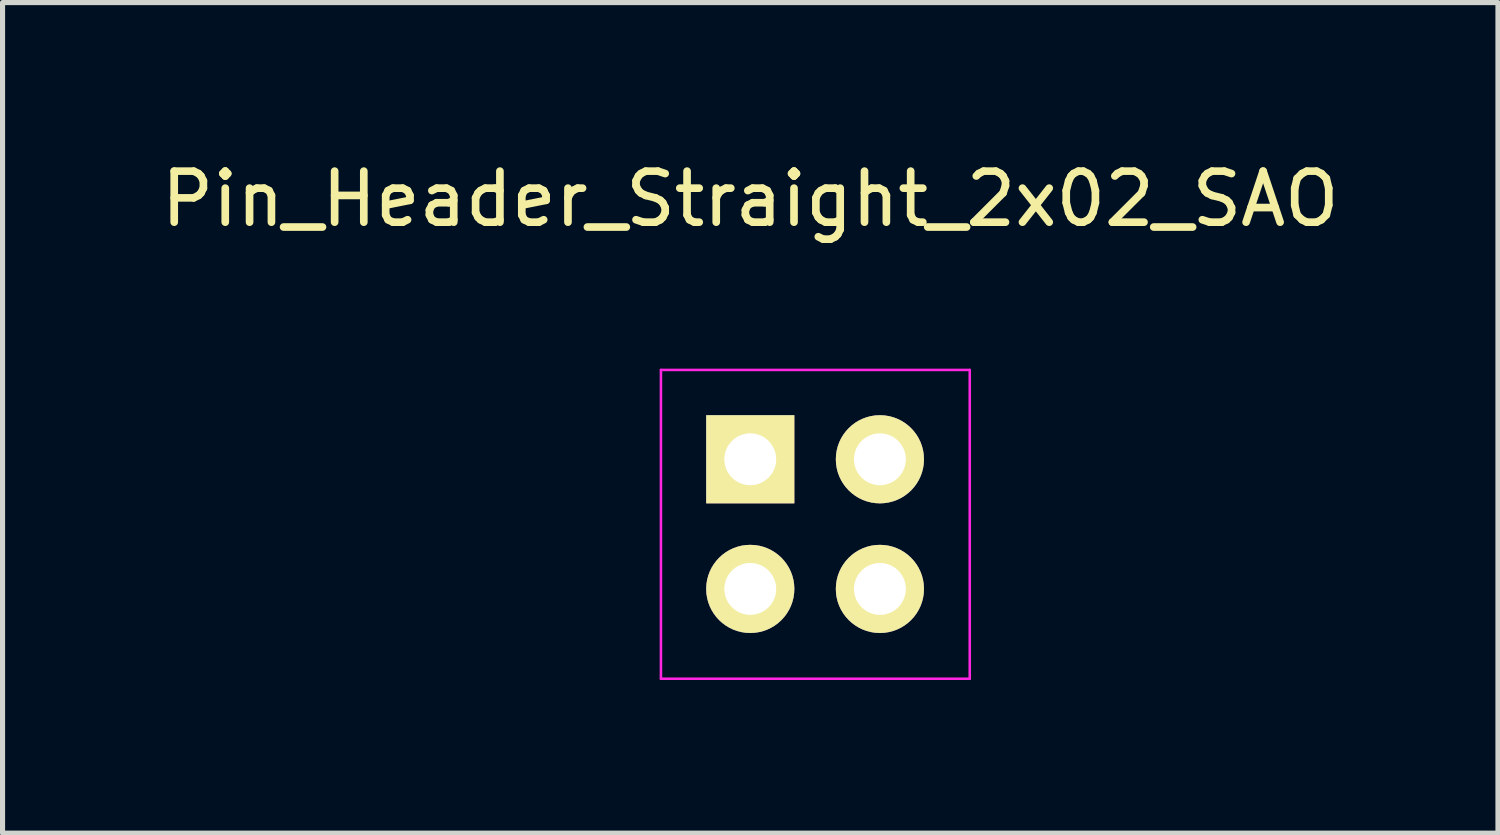
<source format=kicad_pcb>
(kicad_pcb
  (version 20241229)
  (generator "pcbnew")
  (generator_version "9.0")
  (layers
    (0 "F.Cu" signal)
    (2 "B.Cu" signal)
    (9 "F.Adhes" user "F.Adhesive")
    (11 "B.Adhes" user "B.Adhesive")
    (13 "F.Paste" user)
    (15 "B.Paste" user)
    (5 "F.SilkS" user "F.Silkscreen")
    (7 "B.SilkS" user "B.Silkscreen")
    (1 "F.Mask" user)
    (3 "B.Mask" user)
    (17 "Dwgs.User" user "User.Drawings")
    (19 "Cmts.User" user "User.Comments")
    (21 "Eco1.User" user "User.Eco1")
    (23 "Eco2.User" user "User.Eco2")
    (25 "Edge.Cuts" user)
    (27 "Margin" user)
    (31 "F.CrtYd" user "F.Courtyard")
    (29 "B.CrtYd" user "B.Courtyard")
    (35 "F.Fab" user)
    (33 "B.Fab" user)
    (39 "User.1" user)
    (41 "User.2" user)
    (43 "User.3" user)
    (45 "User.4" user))
  (footprint "Pin_Header_Straight_2x02_SAO"
    (layer "F.Cu")
    (at 11.649 5.948)
    (property "Reference" "Pin_Header_Straight_2x02_SAO" (at 0 -5.1 0) (layer "F.SilkS") (effects (font (size 1 1) (thickness 0.15))))
    (attr through_hole)
    (fp_line (start -1.75 -1.75) (end -1.75 4.3) (stroke (width 0.05) (type solid)) (layer "F.CrtYd"))
    (fp_line (start -1.75 -1.75) (end 4.3 -1.75) (stroke (width 0.05) (type solid)) (layer "F.CrtYd"))
    (fp_line (start -1.75 4.3) (end 4.3 4.3) (stroke (width 0.05) (type solid)) (layer "F.CrtYd"))
    (fp_line (start 4.3 -1.75) (end 4.3 4.3) (stroke (width 0.05) (type solid)) (layer "F.CrtYd"))
    (pad "1" thru_hole rect (at 0 0) (size 1.727 1.727) (drill 1.016) (layers "*.Cu" "*.Mask" "F.SilkS"))
    (pad "2" thru_hole oval (at 2.54 0) (size 1.727 1.727) (drill 1.016) (layers "*.Cu" "*.Mask" "F.SilkS"))
    (pad "3" thru_hole oval (at 0 2.54) (size 1.727 1.727) (drill 1.016) (layers "*.Cu" "*.Mask" "F.SilkS"))
    (pad "4" thru_hole oval (at 2.54 2.54) (size 1.727 1.727) (drill 1.016) (layers "*.Cu" "*.Mask" "F.SilkS")))
  (gr_rect
    (start -3 -3)
    (end 26.298 13.273)
    (stroke (width 0.1) (type default))
    (fill no)
    (layer "Edge.Cuts")))
</source>
